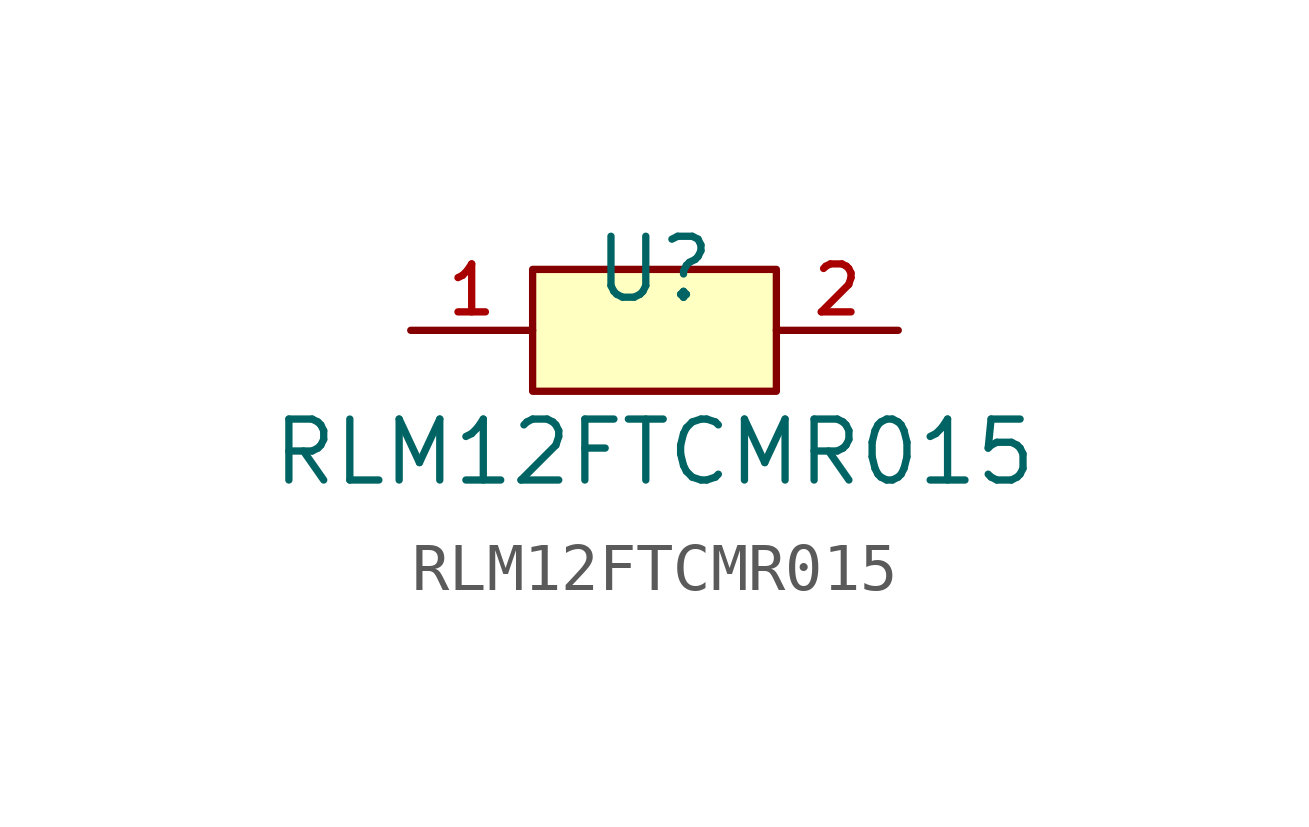
<source format=kicad_sym>
(kicad_symbol_lib
  (version 20210201)
  (generator TousstNicolas/JLC2KiCad_lib)
  (symbol "RLM12FTCMR015"
    (pin_names hide)
    (property "Reference" "U"
      (at 0 1.27 0)
      (effects (font (size 1.27 1.27))))
    (property "Value" "RLM12FTCMR015"
      (at 0 -2.54 0)
      (effects (font (size 1.27 1.27))))
    (symbol "RLM12FTCMR015_0_1"
      (pin unspecified line (at -5.08 -0.0 0) (length 2.54) (name "1" (effects (font (size 1 1)))) (number "1" (effects (font (size 1 1)))))
      (pin unspecified line (at 5.08 -0.0 180) (length 2.54) (name "2" (effects (font (size 1 1)))) (number "2" (effects (font (size 1 1)))))
      (rectangle (start -2.54 1.27) (end 2.54 -1.27) (stroke (width 0) (type default) (color 0 0 0 0)) (fill (type background))))))
</source>
